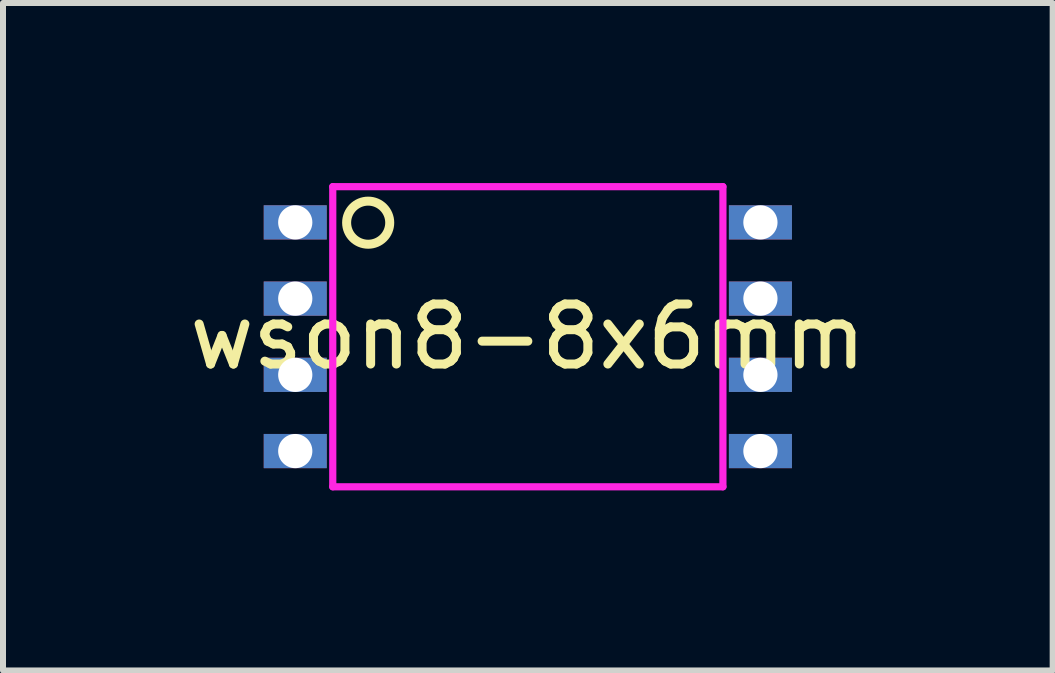
<source format=kicad_pcb>
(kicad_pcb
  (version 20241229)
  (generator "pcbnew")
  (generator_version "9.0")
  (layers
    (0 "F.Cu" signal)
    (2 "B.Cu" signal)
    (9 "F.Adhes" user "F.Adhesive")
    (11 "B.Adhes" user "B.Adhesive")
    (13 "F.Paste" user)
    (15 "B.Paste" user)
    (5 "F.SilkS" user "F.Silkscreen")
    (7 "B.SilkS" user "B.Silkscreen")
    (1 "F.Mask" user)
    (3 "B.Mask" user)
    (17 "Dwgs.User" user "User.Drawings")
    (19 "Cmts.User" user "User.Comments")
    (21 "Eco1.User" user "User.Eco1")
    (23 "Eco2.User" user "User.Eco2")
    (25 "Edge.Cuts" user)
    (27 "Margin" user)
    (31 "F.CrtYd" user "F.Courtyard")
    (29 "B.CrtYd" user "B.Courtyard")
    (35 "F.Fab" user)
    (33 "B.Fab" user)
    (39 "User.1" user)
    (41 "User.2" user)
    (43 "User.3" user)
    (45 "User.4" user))
  (footprint "wson8-8x6mm"
    (layer "F.Cu")
    (at 5.744 2.56)
    (property "Reference" "wson8-8x6mm" (at 0 0 0) (layer "F.SilkS") (effects (font (size 1 1) (thickness 0.15))))
    (attr through_hole)
    (fp_circle (center -2.66 -1.9) (end -2.301 -1.9) (stroke (width 0.15) (type solid)) (fill no) (layer "F.SilkS"))
    (fp_line (start -3.25 -2.5) (end -3.25 2.5) (stroke (width 0.12) (type solid)) (layer "F.CrtYd"))
    (fp_line (start -3.25 2.5) (end 3.25 2.5) (stroke (width 0.12) (type solid)) (layer "F.CrtYd"))
    (fp_line (start 3.25 -2.5) (end -3.25 -2.5) (stroke (width 0.12) (type solid)) (layer "F.CrtYd"))
    (fp_line (start 3.25 2.5) (end 3.25 -2.5) (stroke (width 0.12) (type solid)) (layer "F.CrtYd"))
    (pad "1" thru_hole rect (at -3.875 -1.905) (size 1.05 0.57) (drill 0.57) (layers "*.Cu" "*.Mask"))
    (pad "2" thru_hole rect (at -3.875 -0.635) (size 1.05 0.57) (drill 0.57) (layers "*.Cu" "*.Mask"))
    (pad "3" thru_hole rect (at -3.875 0.635) (size 1.05 0.57) (drill 0.57) (layers "*.Cu" "*.Mask"))
    (pad "4" thru_hole rect (at -3.875 1.905) (size 1.05 0.57) (drill 0.57) (layers "*.Cu" "*.Mask"))
    (pad "5" thru_hole rect (at 3.875 1.905) (size 1.05 0.57) (drill 0.57) (layers "*.Cu" "*.Mask"))
    (pad "6" thru_hole rect (at 3.875 0.635) (size 1.05 0.57) (drill 0.57) (layers "*.Cu" "*.Mask"))
    (pad "7" thru_hole rect (at 3.875 -0.635) (size 1.05 0.57) (drill 0.57) (layers "*.Cu" "*.Mask"))
    (pad "8" thru_hole rect (at 3.875 -1.905) (size 1.05 0.57) (drill 0.57) (layers "*.Cu" "*.Mask")))
  (gr_rect
    (start -3 -3)
    (end 14.488 8.12)
    (stroke (width 0.1) (type default))
    (fill no)
    (layer "Edge.Cuts")))
</source>
